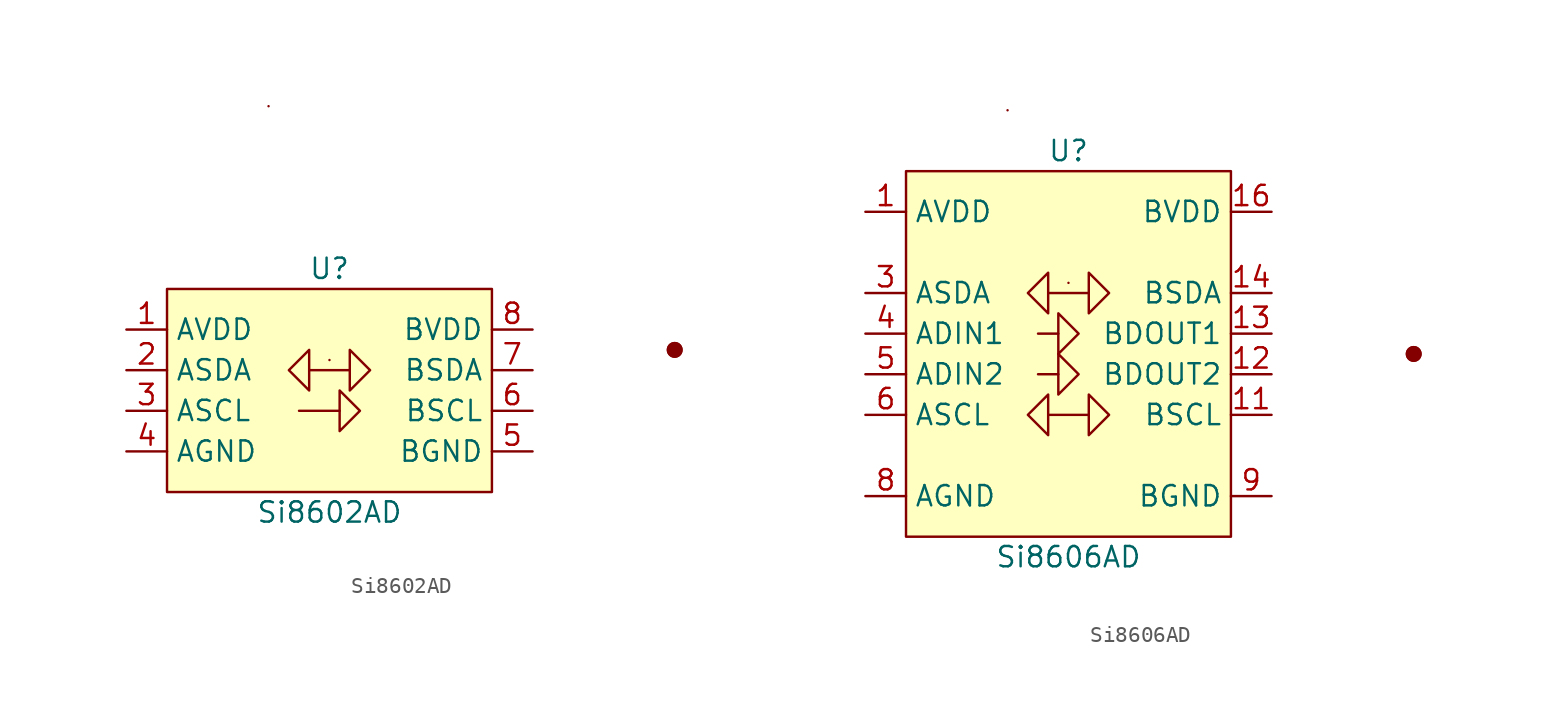
<source format=kicad_sym>
(kicad_symbol_lib
  (version 20220914)
  (generator kicad_symbol_editor)
  (symbol "Si8602AD"
    (property "Reference" "U"
      (at 0 6.35 0)
      (effects (font (size 1.27 1.27))))
    (property "Value" "Si8602AD"
      (at 0 -8.89 0)
      (effects (font (size 1.27 1.27))))
    (symbol "Si8602AD_0_1"
      (rectangle (start -10.16 5.08) (end 10.16 -7.62) (stroke (width 0) (type default)) (fill (type background)))
      (polyline (pts (xy -3.81 16.51) (xy -3.81 16.51)) (stroke (width 0) (type default)) (fill (type none)))
      (polyline (pts (xy -1.905 -2.54) (xy 0.635 -2.54)) (stroke (width 0) (type default)) (fill (type none)))
      (polyline (pts (xy -1.27 0) (xy 1.27 0)) (stroke (width 0) (type default)) (fill (type none)))
      (polyline (pts (xy 0 0.635) (xy 0 0.635)) (stroke (width 0) (type default)) (fill (type none)))
      (polyline (pts (xy -2.54 0) (xy -1.27 1.27) (xy -1.27 -1.27) (xy -2.54 0)) (stroke (width 0) (type default)) (fill (type none)))
      (polyline (pts (xy 1.905 -2.54) (xy 0.635 -3.81) (xy 0.635 -1.27) (xy 1.905 -2.54)) (stroke (width 0) (type default)) (fill (type none)))
      (polyline (pts (xy 2.54 0) (xy 1.27 -1.27) (xy 1.27 1.27) (xy 2.54 0)) (stroke (width 0) (type default)) (fill (type none)))
      (rectangle (start 21.59 1.27) (end 21.59 1.27) (stroke (width 0) (type default)) (fill (type none)))
      (rectangle (start 21.59 1.27) (end 21.59 1.27) (stroke (width 0) (type default)) (fill (type none)))
      (rectangle (start 21.59 1.27) (end 21.59 1.27) (stroke (width 0) (type default)) (fill (type none)))
      (rectangle (start 21.59 1.27) (end 21.59 1.27) (stroke (width 0) (type default)) (fill (type none)))
      (rectangle (start 21.59 1.27) (end 21.59 1.27) (stroke (width 0) (type default)) (fill (type none)))
      (rectangle (start 21.59 1.27) (end 21.59 1.27) (stroke (width 0) (type default)) (fill (type none)))
      (rectangle (start 21.59 1.27) (end 21.59 1.27) (stroke (width 0) (type default)) (fill (type none)))
      (rectangle (start 21.59 1.27) (end 21.59 1.27) (stroke (width 0) (type default)) (fill (type none)))
      (rectangle (start 21.59 1.27) (end 21.59 1.27) (stroke (width 0) (type default)) (fill (type none)))
      (rectangle (start 21.59 1.27) (end 21.59 1.27) (stroke (width 0) (type default)) (fill (type none)))
      (rectangle (start 21.59 1.27) (end 21.59 1.27) (stroke (width 0) (type default)) (fill (type none)))
      (rectangle (start 21.59 1.27) (end 21.59 1.27) (stroke (width 0) (type default)) (fill (type none)))
      (rectangle (start 21.59 1.27) (end 21.59 1.27) (stroke (width 0) (type default)) (fill (type none)))
      (rectangle (start 21.59 1.27) (end 21.59 1.27) (stroke (width 0) (type default)) (fill (type none)))
      (rectangle (start 21.59 1.27) (end 21.59 1.27) (stroke (width 0) (type default)) (fill (type none)))
      (rectangle (start 21.59 1.27) (end 21.59 1.27) (stroke (width 0) (type default)) (fill (type none)))
      (rectangle (start 21.59 1.27) (end 21.59 1.27) (stroke (width 0) (type default)) (fill (type none)))
      (rectangle (start 21.59 1.27) (end 21.59 1.27) (stroke (width 0) (type default)) (fill (type none)))
      (rectangle (start 21.59 1.27) (end 21.59 1.27) (stroke (width 0) (type default)) (fill (type none)))
      (rectangle (start 21.59 1.27) (end 21.59 1.27) (stroke (width 0) (type default)) (fill (type background)))
      (rectangle (start 21.59 1.27) (end 21.59 1.27) (stroke (width 1) (type default)) (fill (type none)))
      (rectangle (start 21.59 1.27) (end 21.59 1.27) (stroke (width 1) (type default)) (fill (type outline))))
    (symbol "Si8602AD_1_1"
      (pin power_in line (at -12.7 2.54 0) (length 2.54) (name "AVDD" (effects (font (size 1.27 1.27)))) (number "1" (effects (font (size 1.27 1.27)))))
      (pin bidirectional line (at -12.7 0 0) (length 2.54) (name "ASDA" (effects (font (size 1.27 1.27)))) (number "2" (effects (font (size 1.27 1.27)))))
      (pin input line (at -12.7 -2.54 0) (length 2.54) (name "ASCL" (effects (font (size 1.27 1.27)))) (number "3" (effects (font (size 1.27 1.27)))))
      (pin power_in line (at -12.7 -5.08 0) (length 2.54) (name "AGND" (effects (font (size 1.27 1.27)))) (number "4" (effects (font (size 1.27 1.27)))))
      (pin power_in line (at 12.7 -5.08 180) (length 2.54) (name "BGND" (effects (font (size 1.27 1.27)))) (number "5" (effects (font (size 1.27 1.27)))))
      (pin output line (at 12.7 -2.54 180) (length 2.54) (name "BSCL" (effects (font (size 1.27 1.27)))) (number "6" (effects (font (size 1.27 1.27)))))
      (pin bidirectional line (at 12.7 0 180) (length 2.54) (name "BSDA" (effects (font (size 1.27 1.27)))) (number "7" (effects (font (size 1.27 1.27)))))
      (pin power_in line (at 12.7 2.54 180) (length 2.54) (name "BVDD" (effects (font (size 1.27 1.27)))) (number "8" (effects (font (size 1.27 1.27)))))))
  (symbol "Si8606AD"
    (property "Reference" "U"
      (at 0 13.97 0)
      (effects (font (size 1.27 1.27))))
    (property "Value" "Si8606AD"
      (at 0 -11.43 0)
      (effects (font (size 1.27 1.27))))
    (symbol "Si8606AD_0_1"
      (rectangle (start -10.16 12.7) (end 10.16 -10.16) (stroke (width 0) (type default)) (fill (type background)))
      (polyline (pts (xy -3.81 16.51) (xy -3.81 16.51)) (stroke (width 0) (type default)) (fill (type none)))
      (polyline (pts (xy -1.27 -2.54) (xy 1.27 -2.54)) (stroke (width 0) (type default)) (fill (type none)))
      (polyline (pts (xy -1.27 5.08) (xy 1.27 5.08)) (stroke (width 0) (type default)) (fill (type none)))
      (polyline (pts (xy -0.635 0) (xy -1.905 0)) (stroke (width 0) (type default)) (fill (type none)))
      (polyline (pts (xy -0.635 2.54) (xy -1.905 2.54)) (stroke (width 0) (type default)) (fill (type none)))
      (polyline (pts (xy 0 5.715) (xy 0 5.715)) (stroke (width 0) (type default)) (fill (type none)))
      (polyline (pts (xy -2.54 -2.54) (xy -1.27 -1.27) (xy -1.27 -3.81) (xy -2.54 -2.54)) (stroke (width 0) (type default)) (fill (type none)))
      (polyline (pts (xy -2.54 5.08) (xy -1.27 6.35) (xy -1.27 3.81) (xy -2.54 5.08)) (stroke (width 0) (type default)) (fill (type none)))
      (polyline (pts (xy 0.635 0) (xy -0.635 -1.27) (xy -0.635 1.27) (xy 0.635 0)) (stroke (width 0) (type default)) (fill (type none)))
      (polyline (pts (xy 0.635 2.54) (xy -0.635 1.27) (xy -0.635 3.81) (xy 0.635 2.54)) (stroke (width 0) (type default)) (fill (type none)))
      (polyline (pts (xy 2.54 -2.54) (xy 1.27 -3.81) (xy 1.27 -1.27) (xy 2.54 -2.54)) (stroke (width 0) (type default)) (fill (type none)))
      (polyline (pts (xy 2.54 5.08) (xy 1.27 3.81) (xy 1.27 6.35) (xy 2.54 5.08)) (stroke (width 0) (type default)) (fill (type none)))
      (rectangle (start 21.59 1.27) (end 21.59 1.27) (stroke (width 0) (type default)) (fill (type none)))
      (rectangle (start 21.59 1.27) (end 21.59 1.27) (stroke (width 0) (type default)) (fill (type none)))
      (rectangle (start 21.59 1.27) (end 21.59 1.27) (stroke (width 0) (type default)) (fill (type none)))
      (rectangle (start 21.59 1.27) (end 21.59 1.27) (stroke (width 0) (type default)) (fill (type none)))
      (rectangle (start 21.59 1.27) (end 21.59 1.27) (stroke (width 0) (type default)) (fill (type none)))
      (rectangle (start 21.59 1.27) (end 21.59 1.27) (stroke (width 0) (type default)) (fill (type none)))
      (rectangle (start 21.59 1.27) (end 21.59 1.27) (stroke (width 0) (type default)) (fill (type none)))
      (rectangle (start 21.59 1.27) (end 21.59 1.27) (stroke (width 0) (type default)) (fill (type none)))
      (rectangle (start 21.59 1.27) (end 21.59 1.27) (stroke (width 0) (type default)) (fill (type none)))
      (rectangle (start 21.59 1.27) (end 21.59 1.27) (stroke (width 0) (type default)) (fill (type none)))
      (rectangle (start 21.59 1.27) (end 21.59 1.27) (stroke (width 0) (type default)) (fill (type none)))
      (rectangle (start 21.59 1.27) (end 21.59 1.27) (stroke (width 0) (type default)) (fill (type none)))
      (rectangle (start 21.59 1.27) (end 21.59 1.27) (stroke (width 0) (type default)) (fill (type none)))
      (rectangle (start 21.59 1.27) (end 21.59 1.27) (stroke (width 0) (type default)) (fill (type none)))
      (rectangle (start 21.59 1.27) (end 21.59 1.27) (stroke (width 0) (type default)) (fill (type none)))
      (rectangle (start 21.59 1.27) (end 21.59 1.27) (stroke (width 0) (type default)) (fill (type none)))
      (rectangle (start 21.59 1.27) (end 21.59 1.27) (stroke (width 0) (type default)) (fill (type none)))
      (rectangle (start 21.59 1.27) (end 21.59 1.27) (stroke (width 0) (type default)) (fill (type none)))
      (rectangle (start 21.59 1.27) (end 21.59 1.27) (stroke (width 0) (type default)) (fill (type none)))
      (rectangle (start 21.59 1.27) (end 21.59 1.27) (stroke (width 0) (type default)) (fill (type background)))
      (rectangle (start 21.59 1.27) (end 21.59 1.27) (stroke (width 1) (type default)) (fill (type none)))
      (rectangle (start 21.59 1.27) (end 21.59 1.27) (stroke (width 1) (type default)) (fill (type outline))))
    (symbol "Si8606AD_1_1"
      (pin power_in line (at -12.7 10.16 0) (length 2.54) (name "AVDD" (effects (font (size 1.27 1.27)))) (number "1" (effects (font (size 1.27 1.27)))))
      (pin no_connect line (at 12.7 -5.08 180) (length 2.54) hide (name "NC" (effects (font (size 1.27 1.27)))) (number "10" (effects (font (size 1.27 1.27)))))
      (pin bidirectional line (at 12.7 -2.54 180) (length 2.54) (name "BSCL" (effects (font (size 1.27 1.27)))) (number "11" (effects (font (size 1.27 1.27)))))
      (pin output line (at 12.7 0 180) (length 2.54) (name "BDOUT2" (effects (font (size 1.27 1.27)))) (number "12" (effects (font (size 1.27 1.27)))))
      (pin output line (at 12.7 2.54 180) (length 2.54) (name "BDOUT1" (effects (font (size 1.27 1.27)))) (number "13" (effects (font (size 1.27 1.27)))))
      (pin bidirectional line (at 12.7 5.08 180) (length 2.54) (name "BSDA" (effects (font (size 1.27 1.27)))) (number "14" (effects (font (size 1.27 1.27)))))
      (pin no_connect line (at 12.7 7.62 180) (length 2.54) hide (name "NC" (effects (font (size 1.27 1.27)))) (number "15" (effects (font (size 1.27 1.27)))))
      (pin power_in line (at 12.7 10.16 180) (length 2.54) (name "BVDD" (effects (font (size 1.27 1.27)))) (number "16" (effects (font (size 1.27 1.27)))))
      (pin no_connect line (at -12.7 7.62 0) (length 2.54) hide (name "NC" (effects (font (size 1.27 1.27)))) (number "2" (effects (font (size 1.27 1.27)))))
      (pin bidirectional line (at -12.7 5.08 0) (length 2.54) (name "ASDA" (effects (font (size 1.27 1.27)))) (number "3" (effects (font (size 1.27 1.27)))))
      (pin input line (at -12.7 2.54 0) (length 2.54) (name "ADIN1" (effects (font (size 1.27 1.27)))) (number "4" (effects (font (size 1.27 1.27)))))
      (pin input line (at -12.7 0 0) (length 2.54) (name "ADIN2" (effects (font (size 1.27 1.27)))) (number "5" (effects (font (size 1.27 1.27)))))
      (pin bidirectional line (at -12.7 -2.54 0) (length 2.54) (name "ASCL" (effects (font (size 1.27 1.27)))) (number "6" (effects (font (size 1.27 1.27)))))
      (pin no_connect line (at -12.7 -5.08 0) (length 2.54) hide (name "NC" (effects (font (size 1.27 1.27)))) (number "7" (effects (font (size 1.27 1.27)))))
      (pin power_in line (at -12.7 -7.62 0) (length 2.54) (name "AGND" (effects (font (size 1.27 1.27)))) (number "8" (effects (font (size 1.27 1.27)))))
      (pin power_in line (at 12.7 -7.62 180) (length 2.54) (name "BGND" (effects (font (size 1.27 1.27)))) (number "9" (effects (font (size 1.27 1.27))))))))
</source>
